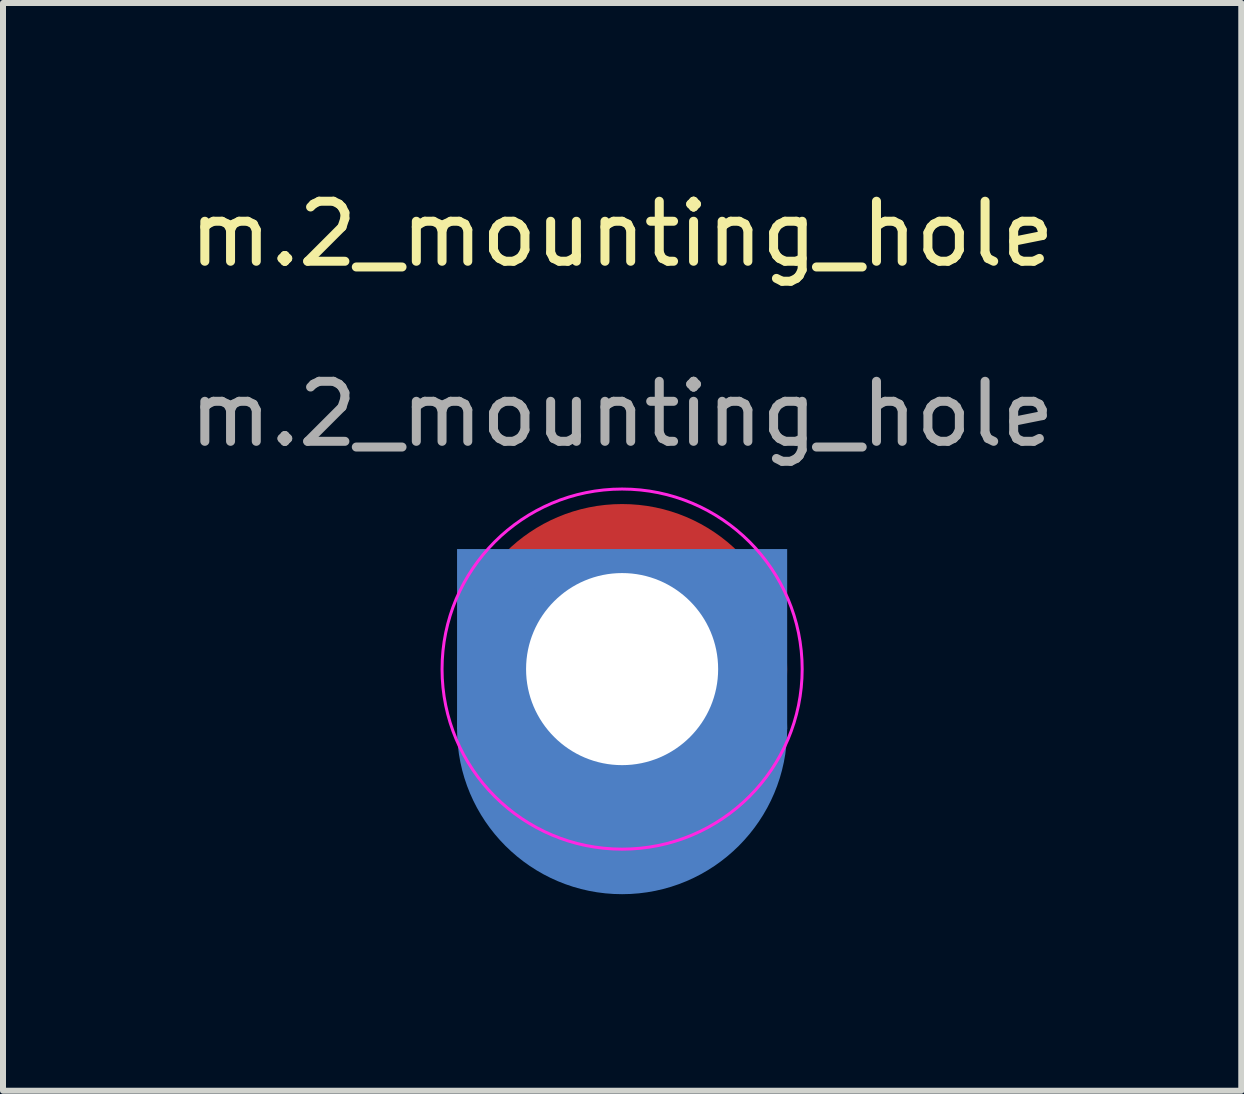
<source format=kicad_pcb>
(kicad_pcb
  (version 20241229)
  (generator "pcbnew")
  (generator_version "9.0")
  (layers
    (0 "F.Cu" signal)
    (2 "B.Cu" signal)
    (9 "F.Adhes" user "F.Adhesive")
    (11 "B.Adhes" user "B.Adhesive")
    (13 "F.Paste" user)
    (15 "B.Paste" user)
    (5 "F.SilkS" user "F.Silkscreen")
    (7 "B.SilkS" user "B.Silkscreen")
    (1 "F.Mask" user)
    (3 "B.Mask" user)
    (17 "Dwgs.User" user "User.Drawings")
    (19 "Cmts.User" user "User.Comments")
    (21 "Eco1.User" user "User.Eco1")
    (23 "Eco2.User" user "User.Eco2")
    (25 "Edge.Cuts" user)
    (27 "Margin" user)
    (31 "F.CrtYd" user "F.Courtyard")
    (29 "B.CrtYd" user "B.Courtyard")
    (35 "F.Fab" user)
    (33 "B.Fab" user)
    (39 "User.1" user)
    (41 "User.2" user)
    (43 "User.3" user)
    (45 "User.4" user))
  (footprint "m.2_mounting_hole"
    (layer "F.Cu")
    (at 7.315 7.848)
    (property "Reference" "m.2_mounting_hole" (at 0 -7 0) (unlocked yes) (layer "F.SilkS") (effects (font (size 1 1) (thickness 0.15))))
    (attr smd)
    (fp_line (start -3 1.25) (end -3 0) (stroke (width 0.05) (type default)) (layer "Margin"))
    (fp_line (start 3 1.25) (end 3 0) (stroke (width 0.05) (type default)) (layer "Margin"))
    (fp_arc (start 3 1.25) (mid -0.000001 4.250001) (end -3.000002 1.25) (stroke (width 0.05) (type default)) (layer "Margin"))
    (fp_circle (center 0 0.25) (end 3 0.25) (stroke (width 0.05) (type solid)) (fill no) (layer "F.CrtYd"))
    (fp_text user "${REFERENCE}" (at 0 -4 0) (unlocked yes) (layer "F.Fab") (effects (font (size 1 1) (thickness 0.15))))
    (pad "1" connect rect (at 0 -0.25) (size 5.5 3) (layers "B.Cu" "B.Mask"))
    (pad "1" thru_hole circle (at 0 0.25) (size 3.6 3.6) (drill 3.2) (layers "*.Cu" "*.Mask"))
    (pad "1" connect circle (at 0 0.25) (size 5.5 5.5) (layers "F.Cu" "F.Mask"))
    (pad "1" connect circle (at 0 1.25) (size 5.5 5.5) (layers "B.Cu" "B.Mask")))
  (gr_rect
    (start -3 -3)
    (end 17.631 15.123)
    (stroke (width 0.1) (type default))
    (fill no)
    (layer "Edge.Cuts")))
</source>
